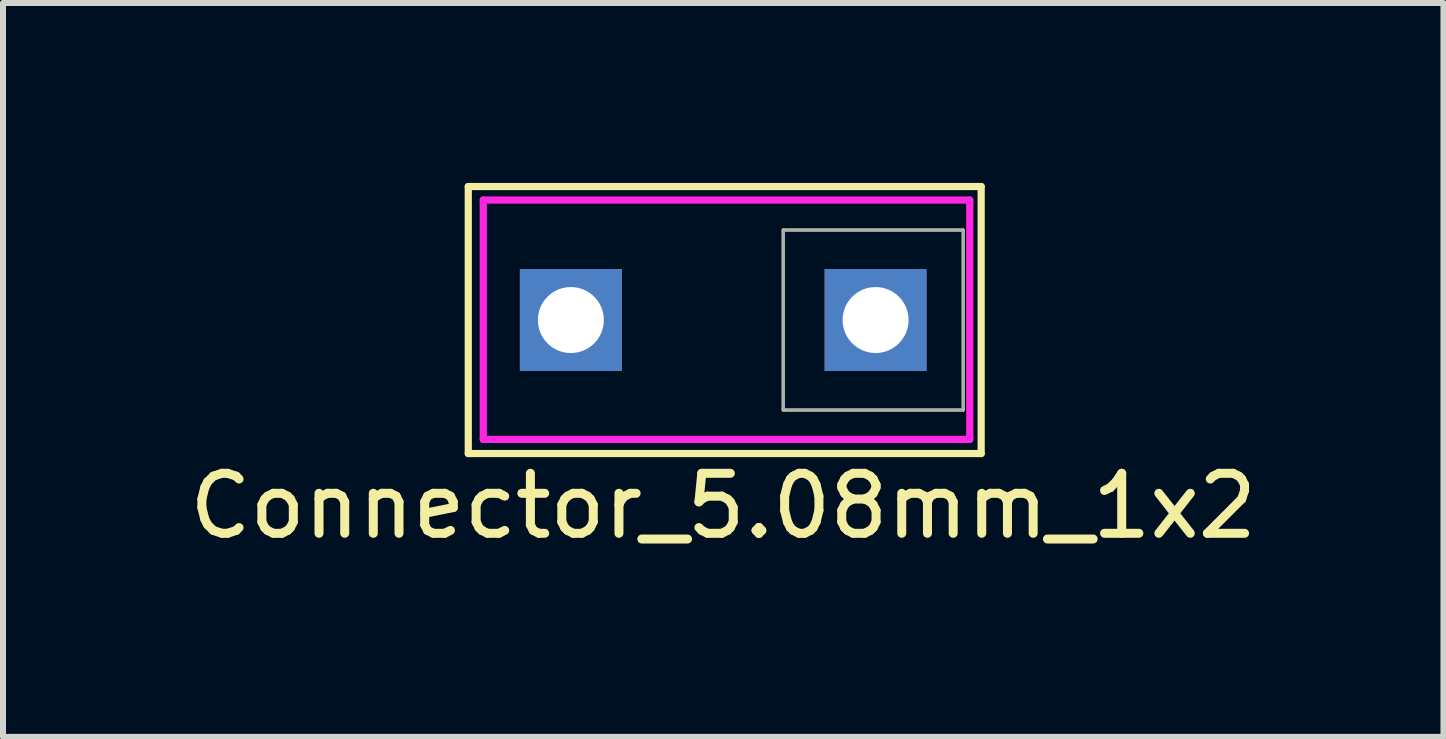
<source format=kicad_pcb>
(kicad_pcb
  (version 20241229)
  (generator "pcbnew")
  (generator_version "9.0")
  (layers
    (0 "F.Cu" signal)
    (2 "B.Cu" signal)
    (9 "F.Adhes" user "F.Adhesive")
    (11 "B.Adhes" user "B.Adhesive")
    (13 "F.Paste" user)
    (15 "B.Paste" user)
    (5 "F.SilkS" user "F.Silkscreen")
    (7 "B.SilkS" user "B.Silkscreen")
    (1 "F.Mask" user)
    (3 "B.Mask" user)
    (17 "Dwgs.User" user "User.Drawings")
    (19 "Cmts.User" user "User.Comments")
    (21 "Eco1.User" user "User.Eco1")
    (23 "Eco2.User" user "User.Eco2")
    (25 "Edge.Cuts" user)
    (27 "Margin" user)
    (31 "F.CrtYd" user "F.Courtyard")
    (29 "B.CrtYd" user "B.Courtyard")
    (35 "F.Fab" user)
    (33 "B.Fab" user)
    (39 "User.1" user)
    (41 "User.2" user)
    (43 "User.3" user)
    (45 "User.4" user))
  (footprint "Connector_5.08mm_1x2"
    (layer "F.Cu")
    (at 9.006 2.285)
    (property "Reference" "Connector_5.08mm_1x2" (at 0 3.1 180) (layer "F.SilkS") (effects (font (size 1 1) (thickness 0.15))))
    (attr through_hole)
    (fp_line (start -4.25 -2.225) (end -4.25 2.225) (stroke (width 0.12) (type solid)) (layer "F.SilkS"))
    (fp_line (start -4.25 2.225) (end 4.3 2.225) (stroke (width 0.12) (type solid)) (layer "F.SilkS"))
    (fp_line (start 1 -1.5) (end 4 -1.5) (stroke (width 0.05) (type solid)) (layer "F.SilkS"))
    (fp_line (start 1 1.5) (end 1 -1.5) (stroke (width 0.05) (type solid)) (layer "F.SilkS"))
    (fp_line (start 4 -1.5) (end 4 1.5) (stroke (width 0.05) (type solid)) (layer "F.SilkS"))
    (fp_line (start 4 1.5) (end 1 1.5) (stroke (width 0.05) (type solid)) (layer "F.SilkS"))
    (fp_line (start 4.3 -2.225) (end -4.25 -2.225) (stroke (width 0.12) (type solid)) (layer "F.SilkS"))
    (fp_line (start 4.3 2.225) (end 4.3 -2.225) (stroke (width 0.12) (type solid)) (layer "F.SilkS"))
    (fp_arc (start -3.41958 -0.969788) (mid -1.555198 1.024907) (end -3.429999 -0.959999) (stroke (width 0.05) (type solid)) (layer "Eco2.User"))
    (fp_arc (start 1.60042 -0.999788) (mid 3.464802 0.994907) (end 1.590001 -0.989999) (stroke (width 0.05) (type solid)) (layer "Eco2.User"))
    (fp_line (start -4 -2) (end -4 1.99) (stroke (width 0.12) (type solid)) (layer "F.CrtYd"))
    (fp_line (start -4 1.99) (end 4.11 1.99) (stroke (width 0.12) (type solid)) (layer "F.CrtYd"))
    (fp_line (start 4.11 -2) (end -4 -2) (stroke (width 0.12) (type solid)) (layer "F.CrtYd"))
    (fp_line (start 4.11 1.99) (end 4.11 -2) (stroke (width 0.12) (type solid)) (layer "F.CrtYd"))
    (fp_line (start -4 -2) (end -4 1.98) (stroke (width 0.05) (type solid)) (layer "F.Fab"))
    (fp_line (start 1 -1.5) (end 4 -1.5) (stroke (width 0.05) (type solid)) (layer "F.Fab"))
    (fp_line (start 1 1.5) (end 1 -1.5) (stroke (width 0.05) (type solid)) (layer "F.Fab"))
    (fp_line (start 4 -1.5) (end 4 1.5) (stroke (width 0.05) (type solid)) (layer "F.Fab"))
    (fp_line (start 4 1.5) (end 1 1.5) (stroke (width 0.05) (type solid)) (layer "F.Fab"))
    (fp_line (start 4.11 -2) (end 4.11 1.98) (stroke (width 0.05) (type solid)) (layer "F.Fab"))
    (fp_line (start 4.11 1.98) (end -4 1.98) (stroke (width 0.05) (type solid)) (layer "F.Fab"))
    (pad "1" thru_hole rect (at -2.54 0) (size 1.7 1.7) (drill 1.1) (layers "*.Cu" "*.Mask"))
    (pad "2" thru_hole rect (at 2.54 0) (size 1.7 1.7) (drill 1.1) (layers "*.Cu" "*.Mask")))
  (gr_rect
    (start -3 -3)
    (end 21.012 9.233)
    (stroke (width 0.1) (type default))
    (fill no)
    (layer "Edge.Cuts")))
</source>
